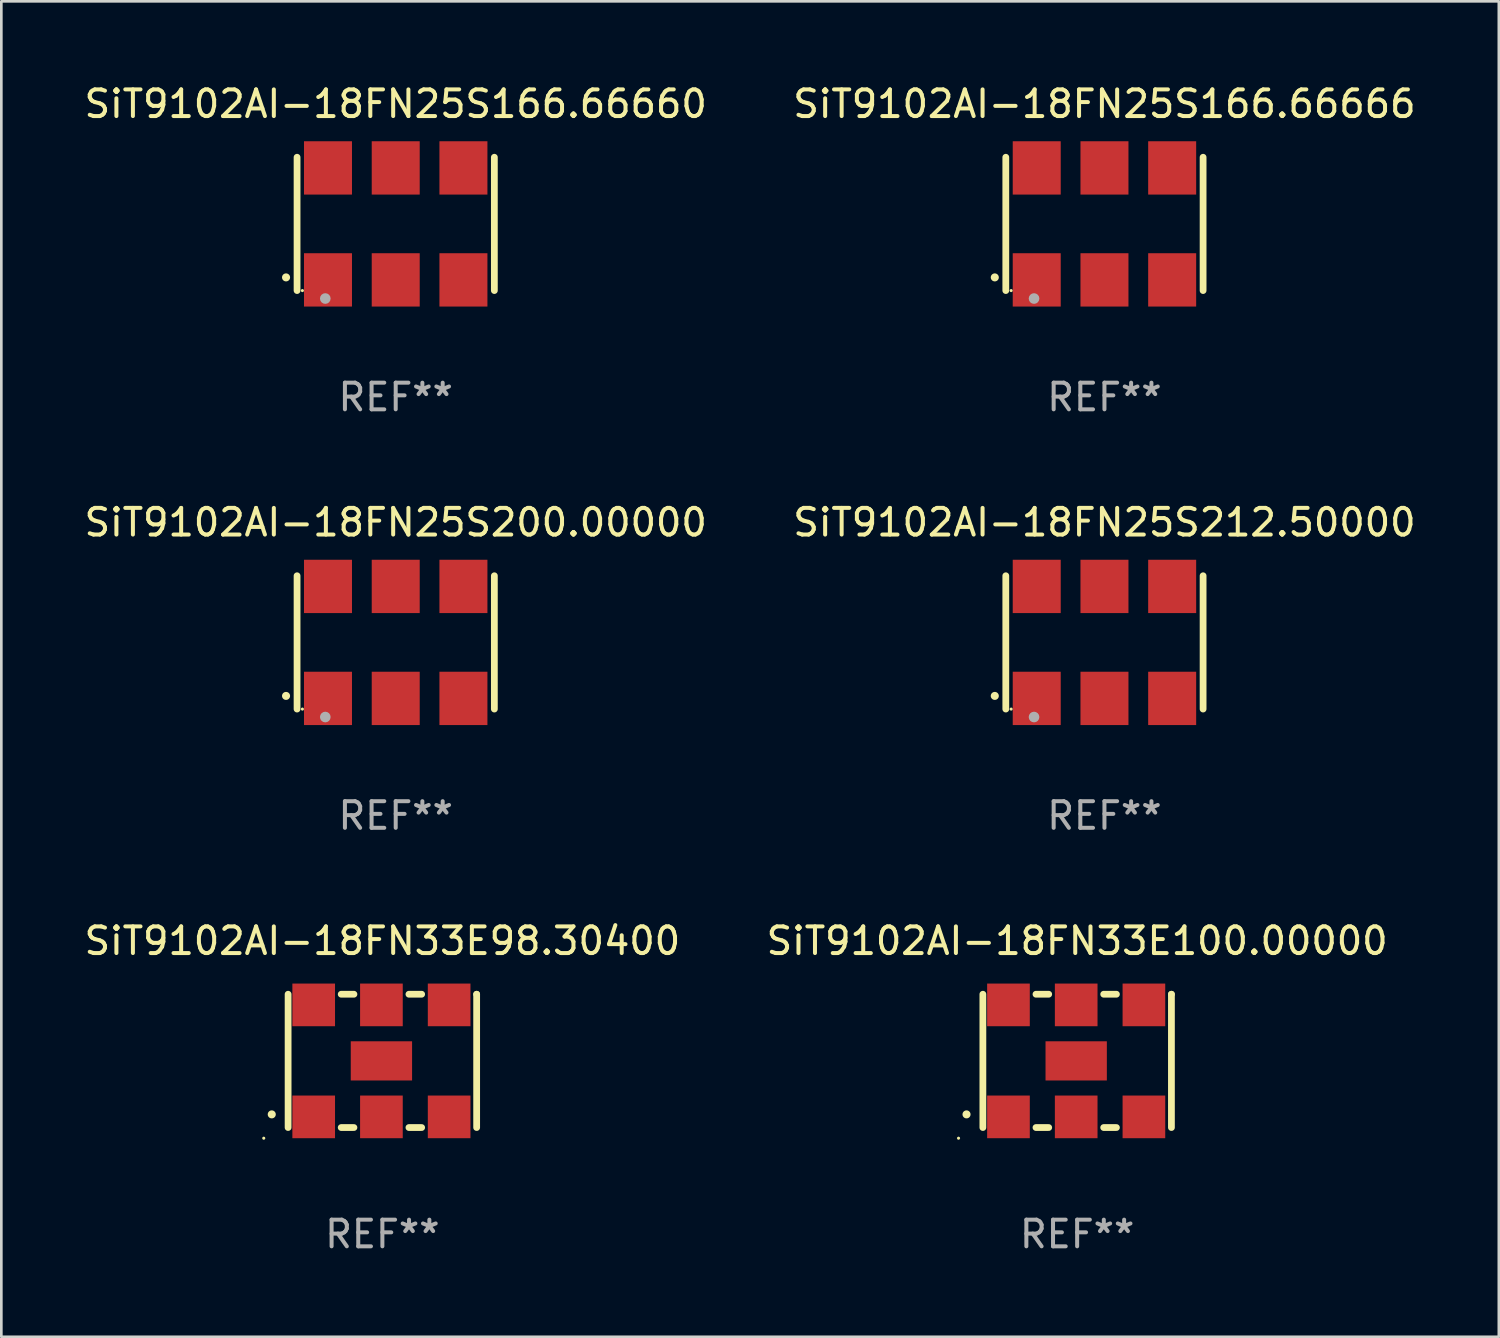
<source format=kicad_pcb>
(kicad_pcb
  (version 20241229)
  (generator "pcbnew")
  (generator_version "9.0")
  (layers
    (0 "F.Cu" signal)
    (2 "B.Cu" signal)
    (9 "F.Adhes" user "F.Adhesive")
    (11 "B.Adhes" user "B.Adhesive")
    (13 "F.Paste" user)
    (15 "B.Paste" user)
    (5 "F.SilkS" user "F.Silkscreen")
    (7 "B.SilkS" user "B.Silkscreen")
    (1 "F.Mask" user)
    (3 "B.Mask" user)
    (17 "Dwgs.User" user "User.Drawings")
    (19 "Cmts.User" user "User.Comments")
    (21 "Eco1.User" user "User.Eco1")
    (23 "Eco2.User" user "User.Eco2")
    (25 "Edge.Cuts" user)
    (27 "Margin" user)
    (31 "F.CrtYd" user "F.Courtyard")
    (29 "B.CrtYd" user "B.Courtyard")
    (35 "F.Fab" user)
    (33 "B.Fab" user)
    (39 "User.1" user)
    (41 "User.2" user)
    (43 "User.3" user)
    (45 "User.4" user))
  (footprint "SiT9102AI-18FN25S166.66666"
    (layer "F.Cu")
    (at 38.375 5.348)
    (property "Reference" "SiT9102AI-18FN25S166.66666" (at 0 -4.5 0) (layer "F.SilkS") (effects (font (size 1 1) (thickness 0.15))))
    (attr through_hole)
    (fp_line (start -3.7 -2.5) (end -3.7 2.5) (stroke (width 0.254) (type solid)) (layer "F.SilkS"))
    (fp_line (start 3.7 -2.5) (end 3.7 2.5) (stroke (width 0.254) (type solid)) (layer "F.SilkS"))
    (fp_arc (start -4.114415 2.006604) (mid -4.113145 2.006599) (end -4.111875 2.006604) (stroke (width 0.3) (type solid)) (layer "F.SilkS"))
    (fp_circle (center -3.5 2.501) (end -3.47 2.501) (stroke (width 0.06) (type solid)) (fill no) (layer "F.SilkS"))
    (fp_circle (center -2.641 2.799) (end -2.541 2.799) (stroke (width 0.2) (type solid)) (fill no) (layer "F.Fab"))
    (fp_text user "REF**" (at 0 6.5 0) (layer "F.Fab") (effects (font (size 1 1) (thickness 0.15))))
    (pad "1" smd rect (at -2.54 2.1) (size 1.8 2) (layers "F.Cu" "F.Mask" "F.Paste"))
    (pad "2" smd rect (at 0.000394 2.1) (size 1.8 2) (layers "F.Cu" "F.Mask" "F.Paste"))
    (pad "3" smd rect (at 2.54 2.1) (size 1.8 2) (layers "F.Cu" "F.Mask" "F.Paste"))
    (pad "4" smd rect (at 2.54 -2.1) (size 1.8 2) (layers "F.Cu" "F.Mask" "F.Paste"))
    (pad "5" smd rect (at 0.000394 -2.1) (size 1.8 2) (layers "F.Cu" "F.Mask" "F.Paste"))
    (pad "6" smd rect (at -2.54 -2.1) (size 1.8 2) (layers "F.Cu" "F.Mask" "F.Paste")))
  (footprint "SiT9102AI-18FN33E100.00000"
    (layer "F.Cu")
    (at 37.351 36.741)
    (property "Reference" "SiT9102AI-18FN33E100.00000" (at 0 -4.5 0) (layer "F.SilkS") (effects (font (size 1 1) (thickness 0.15))))
    (attr through_hole)
    (fp_line (start -3.536 -2.5) (end -3.536 2.5) (stroke (width 0.254) (type solid)) (layer "F.SilkS"))
    (fp_line (start -1.544 2.5) (end -1.067 2.5) (stroke (width 0.254) (type solid)) (layer "F.SilkS"))
    (fp_line (start -1.067 -2.5) (end -1.544 -2.5) (stroke (width 0.254) (type solid)) (layer "F.SilkS"))
    (fp_line (start 0.996 2.5) (end 1.473 2.5) (stroke (width 0.254) (type solid)) (layer "F.SilkS"))
    (fp_line (start 1.473 -2.5) (end 0.996 -2.5) (stroke (width 0.254) (type solid)) (layer "F.SilkS"))
    (fp_line (start 3.536 -2.5) (end 3.536 -2.5) (stroke (width 0.254) (type solid)) (layer "F.SilkS"))
    (fp_line (start 3.536 2.5) (end 3.536 -2.5) (stroke (width 0.254) (type solid)) (layer "F.SilkS"))
    (fp_arc (start -4.150432 2.006604) (mid -4.149162 2.006599) (end -4.147892 2.006604) (stroke (width 0.3) (type solid)) (layer "F.SilkS"))
    (fp_circle (center -4.449 2.9) (end -4.419 2.9) (stroke (width 0.06) (type solid)) (fill no) (layer "F.SilkS"))
    (fp_text user "REF**" (at 0 6.5 0) (layer "F.Fab") (effects (font (size 1 1) (thickness 0.15))))
    (pad "1" smd rect (at -2.576 2.1) (size 1.6 1.6) (layers "F.Cu" "F.Mask" "F.Paste"))
    (pad "2" smd rect (at -0.036 2.1) (size 1.6 1.6) (layers "F.Cu" "F.Mask" "F.Paste"))
    (pad "3" smd rect (at 2.504 2.1) (size 1.6 1.6) (layers "F.Cu" "F.Mask" "F.Paste"))
    (pad "4" smd rect (at 2.504 -2.1) (size 1.6 1.6) (layers "F.Cu" "F.Mask" "F.Paste"))
    (pad "5" smd rect (at -0.036 -2.1) (size 1.6 1.6) (layers "F.Cu" "F.Mask" "F.Paste"))
    (pad "6" smd rect (at -2.576 -2.1) (size 1.6 1.6) (layers "F.Cu" "F.Mask" "F.Paste"))
    (pad "7" smd rect (at -0.036 0) (size 2.3 1.47) (layers "F.Cu" "F.Mask" "F.Paste")))
  (footprint "SiT9102AI-18FN25S200.00000"
    (layer "F.Cu")
    (at 11.792 21.045)
    (property "Reference" "SiT9102AI-18FN25S200.00000" (at 0 -4.5 0) (layer "F.SilkS") (effects (font (size 1 1) (thickness 0.15))))
    (attr through_hole)
    (fp_line (start -3.7 -2.5) (end -3.7 2.5) (stroke (width 0.254) (type solid)) (layer "F.SilkS"))
    (fp_line (start 3.7 -2.5) (end 3.7 2.5) (stroke (width 0.254) (type solid)) (layer "F.SilkS"))
    (fp_arc (start -4.114415 2.006604) (mid -4.113145 2.006599) (end -4.111875 2.006604) (stroke (width 0.3) (type solid)) (layer "F.SilkS"))
    (fp_circle (center -3.5 2.501) (end -3.47 2.501) (stroke (width 0.06) (type solid)) (fill no) (layer "F.SilkS"))
    (fp_circle (center -2.641 2.799) (end -2.541 2.799) (stroke (width 0.2) (type solid)) (fill no) (layer "F.Fab"))
    (fp_text user "REF**" (at 0 6.5 0) (layer "F.Fab") (effects (font (size 1 1) (thickness 0.15))))
    (pad "1" smd rect (at -2.54 2.1) (size 1.8 2) (layers "F.Cu" "F.Mask" "F.Paste"))
    (pad "2" smd rect (at 0.000394 2.1) (size 1.8 2) (layers "F.Cu" "F.Mask" "F.Paste"))
    (pad "3" smd rect (at 2.54 2.1) (size 1.8 2) (layers "F.Cu" "F.Mask" "F.Paste"))
    (pad "4" smd rect (at 2.54 -2.1) (size 1.8 2) (layers "F.Cu" "F.Mask" "F.Paste"))
    (pad "5" smd rect (at 0.000394 -2.1) (size 1.8 2) (layers "F.Cu" "F.Mask" "F.Paste"))
    (pad "6" smd rect (at -2.54 -2.1) (size 1.8 2) (layers "F.Cu" "F.Mask" "F.Paste")))
  (footprint "SiT9102AI-18FN33E98.30400"
    (layer "F.Cu")
    (at 11.292 36.741)
    (property "Reference" "SiT9102AI-18FN33E98.30400" (at 0 -4.5 0) (layer "F.SilkS") (effects (font (size 1 1) (thickness 0.15))))
    (attr through_hole)
    (fp_line (start -3.536 -2.5) (end -3.536 2.5) (stroke (width 0.254) (type solid)) (layer "F.SilkS"))
    (fp_line (start -1.544 2.5) (end -1.067 2.5) (stroke (width 0.254) (type solid)) (layer "F.SilkS"))
    (fp_line (start -1.067 -2.5) (end -1.544 -2.5) (stroke (width 0.254) (type solid)) (layer "F.SilkS"))
    (fp_line (start 0.996 2.5) (end 1.473 2.5) (stroke (width 0.254) (type solid)) (layer "F.SilkS"))
    (fp_line (start 1.473 -2.5) (end 0.996 -2.5) (stroke (width 0.254) (type solid)) (layer "F.SilkS"))
    (fp_line (start 3.536 -2.5) (end 3.536 -2.5) (stroke (width 0.254) (type solid)) (layer "F.SilkS"))
    (fp_line (start 3.536 2.5) (end 3.536 -2.5) (stroke (width 0.254) (type solid)) (layer "F.SilkS"))
    (fp_arc (start -4.150432 2.006604) (mid -4.149162 2.006599) (end -4.147892 2.006604) (stroke (width 0.3) (type solid)) (layer "F.SilkS"))
    (fp_circle (center -4.449 2.9) (end -4.419 2.9) (stroke (width 0.06) (type solid)) (fill no) (layer "F.SilkS"))
    (fp_text user "REF**" (at 0 6.5 0) (layer "F.Fab") (effects (font (size 1 1) (thickness 0.15))))
    (pad "1" smd rect (at -2.576 2.1) (size 1.6 1.6) (layers "F.Cu" "F.Mask" "F.Paste"))
    (pad "2" smd rect (at -0.036 2.1) (size 1.6 1.6) (layers "F.Cu" "F.Mask" "F.Paste"))
    (pad "3" smd rect (at 2.504 2.1) (size 1.6 1.6) (layers "F.Cu" "F.Mask" "F.Paste"))
    (pad "4" smd rect (at 2.504 -2.1) (size 1.6 1.6) (layers "F.Cu" "F.Mask" "F.Paste"))
    (pad "5" smd rect (at -0.036 -2.1) (size 1.6 1.6) (layers "F.Cu" "F.Mask" "F.Paste"))
    (pad "6" smd rect (at -2.576 -2.1) (size 1.6 1.6) (layers "F.Cu" "F.Mask" "F.Paste"))
    (pad "7" smd rect (at -0.036 0) (size 2.3 1.47) (layers "F.Cu" "F.Mask" "F.Paste")))
  (footprint "SiT9102AI-18FN25S166.66660"
    (layer "F.Cu")
    (at 11.792 5.348)
    (property "Reference" "SiT9102AI-18FN25S166.66660" (at 0 -4.5 0) (layer "F.SilkS") (effects (font (size 1 1) (thickness 0.15))))
    (attr through_hole)
    (fp_line (start -3.7 -2.5) (end -3.7 2.5) (stroke (width 0.254) (type solid)) (layer "F.SilkS"))
    (fp_line (start 3.7 -2.5) (end 3.7 2.5) (stroke (width 0.254) (type solid)) (layer "F.SilkS"))
    (fp_arc (start -4.114415 2.006604) (mid -4.113145 2.006599) (end -4.111875 2.006604) (stroke (width 0.3) (type solid)) (layer "F.SilkS"))
    (fp_circle (center -3.5 2.501) (end -3.47 2.501) (stroke (width 0.06) (type solid)) (fill no) (layer "F.SilkS"))
    (fp_circle (center -2.641 2.799) (end -2.541 2.799) (stroke (width 0.2) (type solid)) (fill no) (layer "F.Fab"))
    (fp_text user "REF**" (at 0 6.5 0) (layer "F.Fab") (effects (font (size 1 1) (thickness 0.15))))
    (pad "1" smd rect (at -2.54 2.1) (size 1.8 2) (layers "F.Cu" "F.Mask" "F.Paste"))
    (pad "2" smd rect (at 0.000394 2.1) (size 1.8 2) (layers "F.Cu" "F.Mask" "F.Paste"))
    (pad "3" smd rect (at 2.54 2.1) (size 1.8 2) (layers "F.Cu" "F.Mask" "F.Paste"))
    (pad "4" smd rect (at 2.54 -2.1) (size 1.8 2) (layers "F.Cu" "F.Mask" "F.Paste"))
    (pad "5" smd rect (at 0.000394 -2.1) (size 1.8 2) (layers "F.Cu" "F.Mask" "F.Paste"))
    (pad "6" smd rect (at -2.54 -2.1) (size 1.8 2) (layers "F.Cu" "F.Mask" "F.Paste")))
  (footprint "SiT9102AI-18FN25S212.50000"
    (layer "F.Cu")
    (at 38.375 21.045)
    (property "Reference" "SiT9102AI-18FN25S212.50000" (at 0 -4.5 0) (layer "F.SilkS") (effects (font (size 1 1) (thickness 0.15))))
    (attr through_hole)
    (fp_line (start -3.7 -2.5) (end -3.7 2.5) (stroke (width 0.254) (type solid)) (layer "F.SilkS"))
    (fp_line (start 3.7 -2.5) (end 3.7 2.5) (stroke (width 0.254) (type solid)) (layer "F.SilkS"))
    (fp_arc (start -4.114415 2.006604) (mid -4.113145 2.006599) (end -4.111875 2.006604) (stroke (width 0.3) (type solid)) (layer "F.SilkS"))
    (fp_circle (center -3.5 2.501) (end -3.47 2.501) (stroke (width 0.06) (type solid)) (fill no) (layer "F.SilkS"))
    (fp_circle (center -2.641 2.799) (end -2.541 2.799) (stroke (width 0.2) (type solid)) (fill no) (layer "F.Fab"))
    (fp_text user "REF**" (at 0 6.5 0) (layer "F.Fab") (effects (font (size 1 1) (thickness 0.15))))
    (pad "1" smd rect (at -2.54 2.1) (size 1.8 2) (layers "F.Cu" "F.Mask" "F.Paste"))
    (pad "2" smd rect (at 0.000394 2.1) (size 1.8 2) (layers "F.Cu" "F.Mask" "F.Paste"))
    (pad "3" smd rect (at 2.54 2.1) (size 1.8 2) (layers "F.Cu" "F.Mask" "F.Paste"))
    (pad "4" smd rect (at 2.54 -2.1) (size 1.8 2) (layers "F.Cu" "F.Mask" "F.Paste"))
    (pad "5" smd rect (at 0.000394 -2.1) (size 1.8 2) (layers "F.Cu" "F.Mask" "F.Paste"))
    (pad "6" smd rect (at -2.54 -2.1) (size 1.8 2) (layers "F.Cu" "F.Mask" "F.Paste")))
  (gr_rect
    (start -3 -3)
    (end 53.167 47.09)
    (stroke (width 0.1) (type default))
    (fill no)
    (layer "Edge.Cuts")))
</source>
